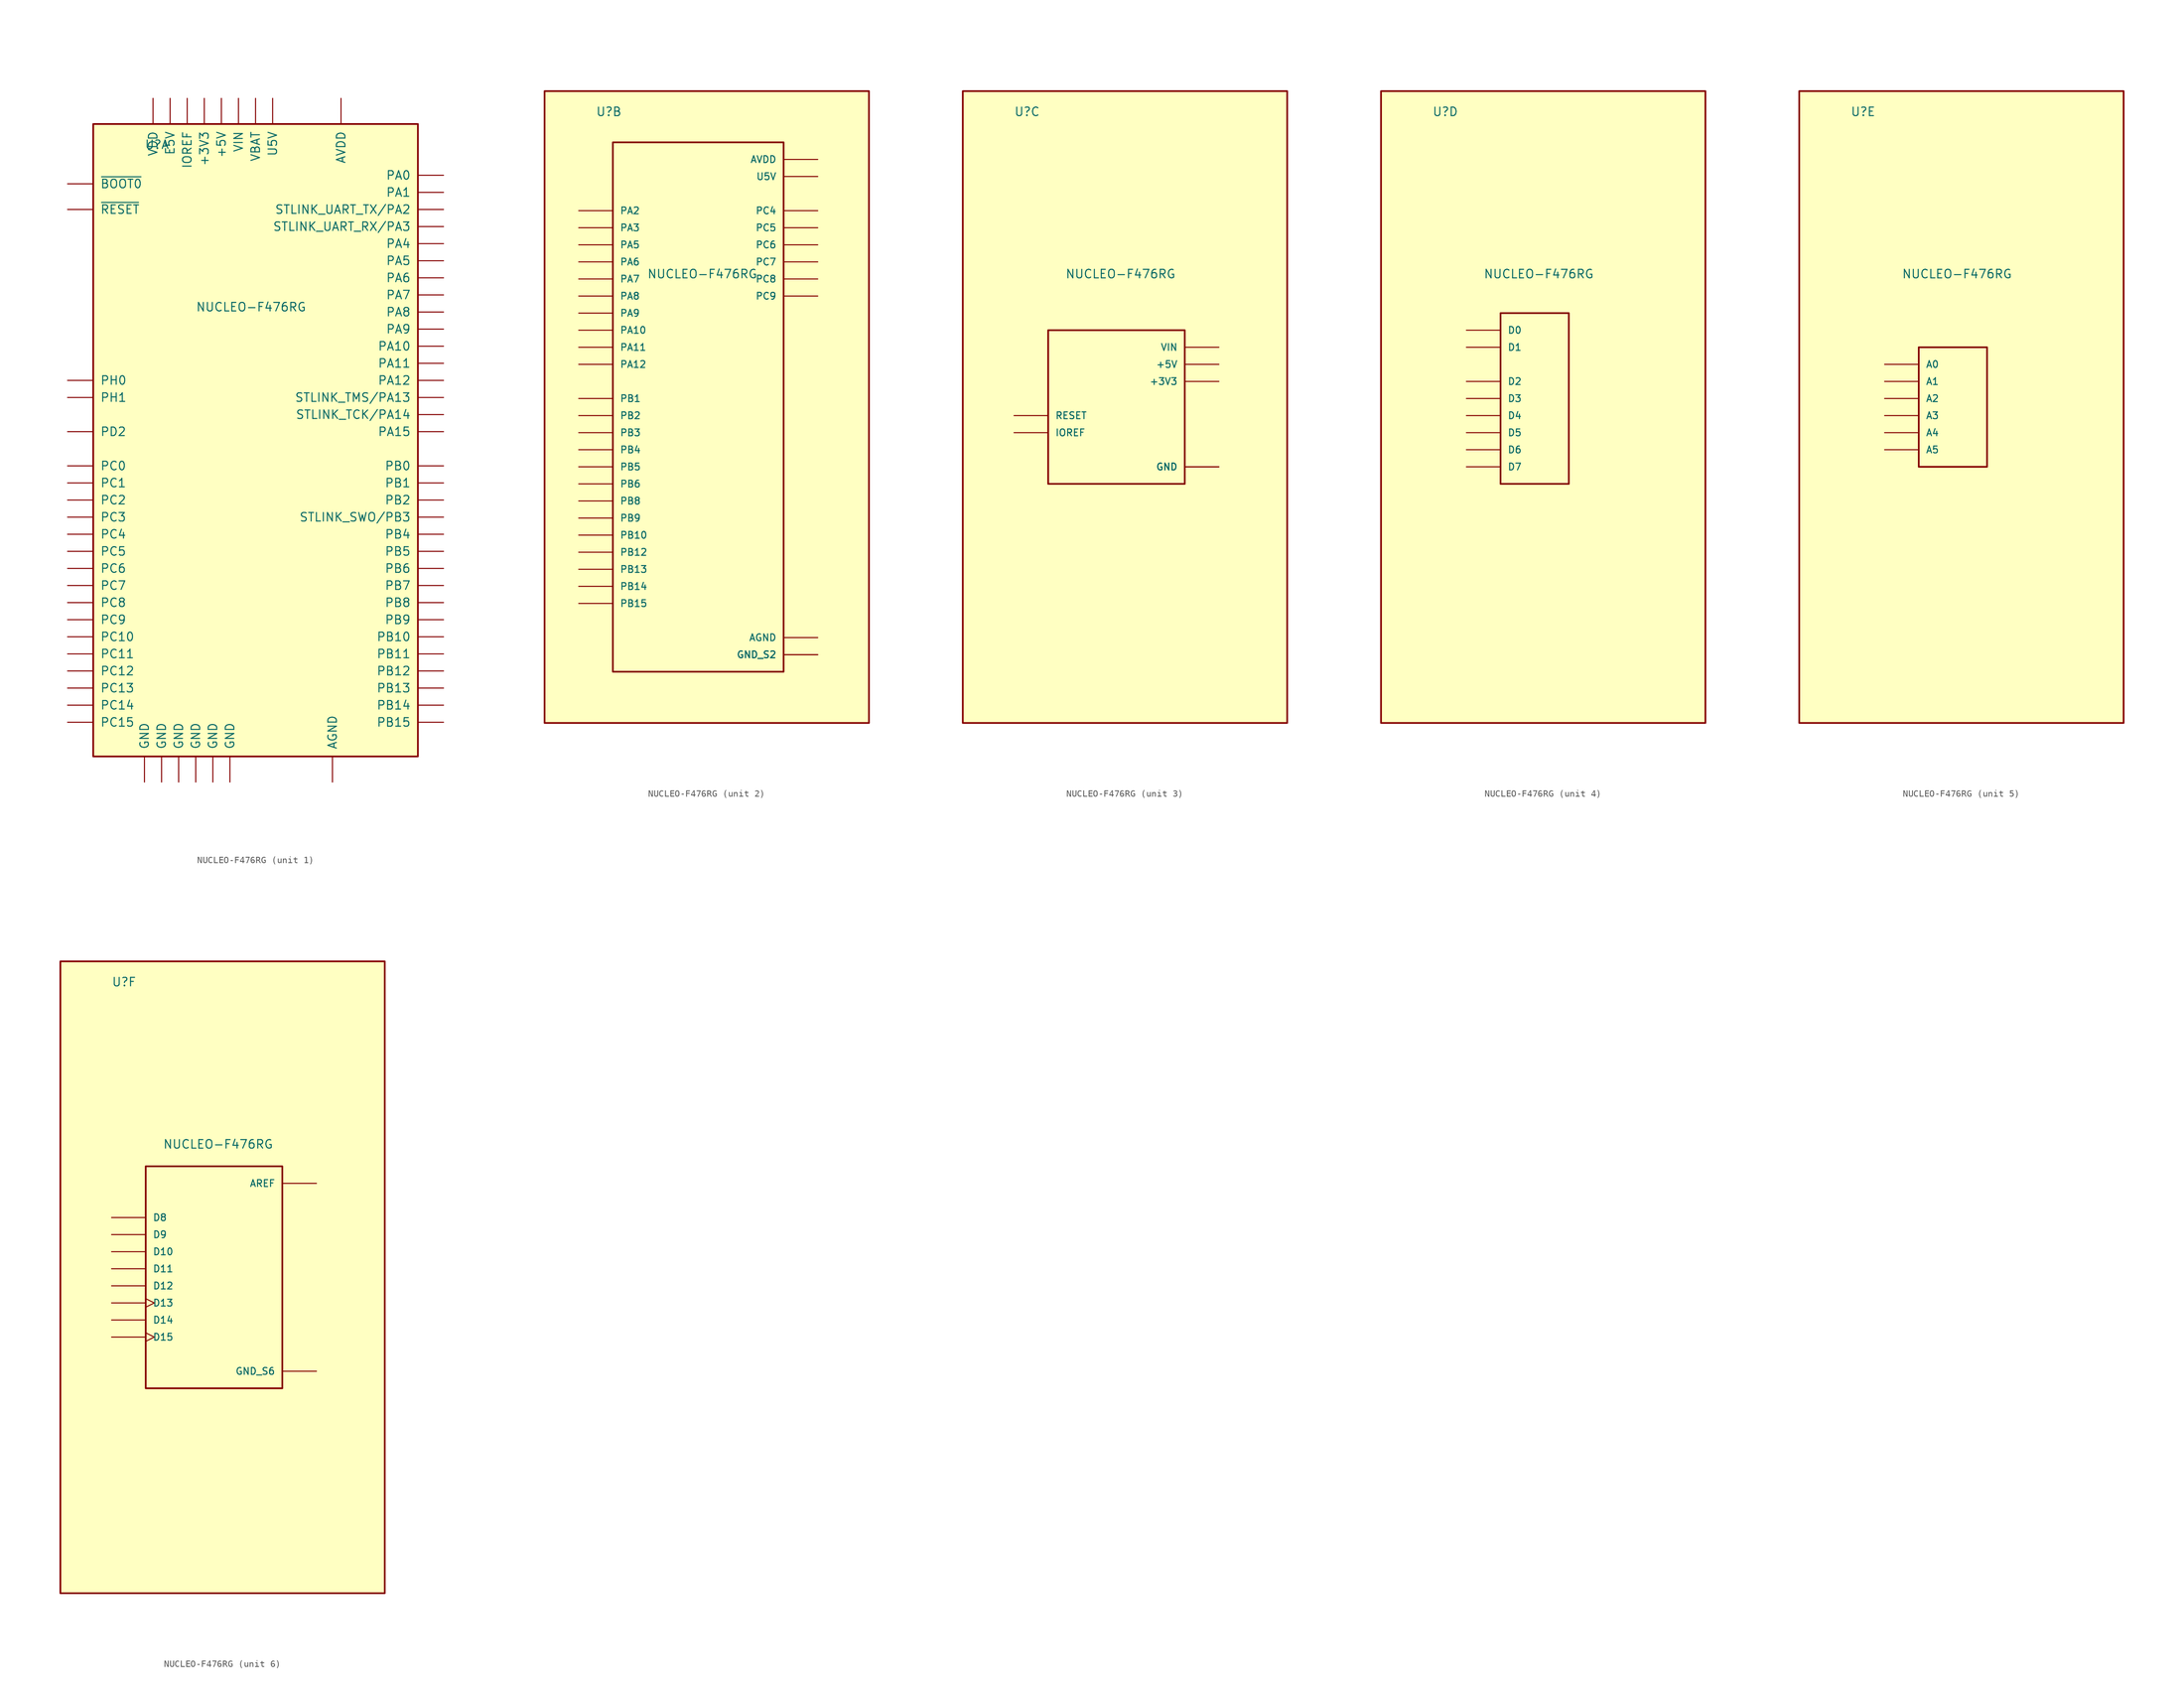
<source format=kicad_sym>
(kicad_symbol_lib
  (version 20211014)
  (generator kicad_symbol_editor)
  (symbol "NUCLEO-F476RG"
    (pin_numbers hide)
    (pin_names
      (offset 1.016))
    (property "Reference" "U"
      (at -15.24 41.91 0)
      (effects (font (size 1.27 1.27)) (justify left bottom)))
    (property "Value" "NUCLEO-F476RG"
      (at -7.62 17.78 0)
      (effects (font (size 1.27 1.27)) (justify left bottom)))
    (property "ki_locked" ""
      (at 0 0 0)
      (effects (font (size 1.27 1.27))))
    (symbol "NUCLEO-F476RG_0_1"
      (rectangle (start -22.86 -48.26) (end 25.4 45.72) (stroke (width 0.254) (type default) (color 0 0 0 0)) (fill (type background))))
    (symbol "NUCLEO-F476RG_1_1"
      (pin bidirectional line (at -26.67 -30.48 0) (length 3.81) (name "PC10" (effects (font (size 1.27 1.27)))) (number "1" (effects (font (size 1.27 1.27)))))
      (pin no_connect line (at -26.67 17.78 0) (length 3.81) hide (name "NC" (effects (font (size 1.27 1.27)))) (number "10" (effects (font (size 1.27 1.27)))))
      (pin no_connect line (at -26.67 12.7 0) (length 3.81) hide (name "NC" (effects (font (size 1.27 1.27)))) (number "11" (effects (font (size 1.27 1.27)))))
      (pin power_in line (at -8.89 49.53 270) (length 3.81) (name "IOREF" (effects (font (size 1.27 1.27)))) (number "12" (effects (font (size 1.27 1.27)))))
      (pin bidirectional line (at 29.21 5.08 180) (length 3.81) (name "STLINK_TMS/PA13" (effects (font (size 1.27 1.27)))) (number "13" (effects (font (size 1.27 1.27)))))
      (pin input line (at -26.67 33.02 0) (length 3.81) (name "~{RESET}" (effects (font (size 1.27 1.27)))) (number "14" (effects (font (size 1.27 1.27)))))
      (pin bidirectional line (at 29.21 2.54 180) (length 3.81) (name "STLINK_TCK/PA14" (effects (font (size 1.27 1.27)))) (number "15" (effects (font (size 1.27 1.27)))))
      (pin power_in line (at -6.35 49.53 270) (length 3.81) (name "+3V3" (effects (font (size 1.27 1.27)))) (number "16" (effects (font (size 1.27 1.27)))))
      (pin bidirectional line (at 29.21 0 180) (length 3.81) (name "PA15" (effects (font (size 1.27 1.27)))) (number "17" (effects (font (size 1.27 1.27)))))
      (pin power_in line (at -3.81 49.53 270) (length 3.81) (name "+5V" (effects (font (size 1.27 1.27)))) (number "18" (effects (font (size 1.27 1.27)))))
      (pin power_in line (at -12.7 -52.07 90) (length 3.81) (name "GND" (effects (font (size 1.27 1.27)))) (number "19" (effects (font (size 1.27 1.27)))))
      (pin bidirectional line (at -26.67 -33.02 0) (length 3.81) (name "PC11" (effects (font (size 1.27 1.27)))) (number "2" (effects (font (size 1.27 1.27)))))
      (pin power_in line (at -10.16 -52.07 90) (length 3.81) (name "GND" (effects (font (size 1.27 1.27)))) (number "20" (effects (font (size 1.27 1.27)))))
      (pin bidirectional line (at 29.21 -22.86 180) (length 3.81) (name "PB7" (effects (font (size 1.27 1.27)))) (number "21" (effects (font (size 1.27 1.27)))))
      (pin power_in line (at -7.62 -52.07 90) (length 3.81) (name "GND" (effects (font (size 1.27 1.27)))) (number "22" (effects (font (size 1.27 1.27)))))
      (pin bidirectional line (at -26.67 -38.1 0) (length 3.81) (name "PC13" (effects (font (size 1.27 1.27)))) (number "23" (effects (font (size 1.27 1.27)))))
      (pin power_in line (at -1.27 49.53 270) (length 3.81) (name "VIN" (effects (font (size 1.27 1.27)))) (number "24" (effects (font (size 1.27 1.27)))))
      (pin bidirectional line (at -26.67 -40.64 0) (length 3.81) (name "PC14" (effects (font (size 1.27 1.27)))) (number "25" (effects (font (size 1.27 1.27)))))
      (pin no_connect line (at -26.67 20.32 0) (length 3.81) hide (name "NC" (effects (font (size 1.27 1.27)))) (number "26" (effects (font (size 1.27 1.27)))))
      (pin bidirectional line (at -26.67 -43.18 0) (length 3.81) (name "PC15" (effects (font (size 1.27 1.27)))) (number "27" (effects (font (size 1.27 1.27)))))
      (pin bidirectional line (at 29.21 38.1 180) (length 3.81) (name "PA0" (effects (font (size 1.27 1.27)))) (number "28" (effects (font (size 1.27 1.27)))))
      (pin bidirectional line (at -26.67 7.62 0) (length 3.81) (name "PH0" (effects (font (size 1.27 1.27)))) (number "29" (effects (font (size 1.27 1.27)))))
      (pin bidirectional line (at -26.67 -35.56 0) (length 3.81) (name "PC12" (effects (font (size 1.27 1.27)))) (number "3" (effects (font (size 1.27 1.27)))))
      (pin bidirectional line (at 29.21 35.56 180) (length 3.81) (name "PA1" (effects (font (size 1.27 1.27)))) (number "30" (effects (font (size 1.27 1.27)))))
      (pin bidirectional line (at -26.67 5.08 0) (length 3.81) (name "PH1" (effects (font (size 1.27 1.27)))) (number "31" (effects (font (size 1.27 1.27)))))
      (pin bidirectional line (at 29.21 27.94 180) (length 3.81) (name "PA4" (effects (font (size 1.27 1.27)))) (number "32" (effects (font (size 1.27 1.27)))))
      (pin power_in line (at 1.27 49.53 270) (length 3.81) (name "VBAT" (effects (font (size 1.27 1.27)))) (number "33" (effects (font (size 1.27 1.27)))))
      (pin bidirectional line (at 29.21 -5.08 180) (length 3.81) (name "PB0" (effects (font (size 1.27 1.27)))) (number "34" (effects (font (size 1.27 1.27)))))
      (pin bidirectional line (at -26.67 -10.16 0) (length 3.81) (name "PC2" (effects (font (size 1.27 1.27)))) (number "35" (effects (font (size 1.27 1.27)))))
      (pin bidirectional line (at -26.67 -7.62 0) (length 3.81) (name "PC1" (effects (font (size 1.27 1.27)))) (number "36" (effects (font (size 1.27 1.27)))))
      (pin bidirectional line (at -26.67 -12.7 0) (length 3.81) (name "PC3" (effects (font (size 1.27 1.27)))) (number "37" (effects (font (size 1.27 1.27)))))
      (pin bidirectional line (at -26.67 -5.08 0) (length 3.81) (name "PC0" (effects (font (size 1.27 1.27)))) (number "38" (effects (font (size 1.27 1.27)))))
      (pin bidirectional line (at -26.67 -27.94 0) (length 3.81) (name "PC9" (effects (font (size 1.27 1.27)))) (number "39" (effects (font (size 1.27 1.27)))))
      (pin bidirectional line (at -26.67 0 0) (length 3.81) (name "PD2" (effects (font (size 1.27 1.27)))) (number "4" (effects (font (size 1.27 1.27)))))
      (pin bidirectional line (at -26.67 -25.4 0) (length 3.81) (name "PC8" (effects (font (size 1.27 1.27)))) (number "40" (effects (font (size 1.27 1.27)))))
      (pin bidirectional line (at 29.21 -25.4 180) (length 3.81) (name "PB8" (effects (font (size 1.27 1.27)))) (number "41" (effects (font (size 1.27 1.27)))))
      (pin bidirectional line (at -26.67 -20.32 0) (length 3.81) (name "PC6" (effects (font (size 1.27 1.27)))) (number "42" (effects (font (size 1.27 1.27)))))
      (pin bidirectional line (at 29.21 -27.94 180) (length 3.81) (name "PB9" (effects (font (size 1.27 1.27)))) (number "43" (effects (font (size 1.27 1.27)))))
      (pin bidirectional line (at -26.67 -17.78 0) (length 3.81) (name "PC5" (effects (font (size 1.27 1.27)))) (number "44" (effects (font (size 1.27 1.27)))))
      (pin power_in line (at 13.97 49.53 270) (length 3.81) (name "AVDD" (effects (font (size 1.27 1.27)))) (number "45" (effects (font (size 1.27 1.27)))))
      (pin power_in line (at 3.81 49.53 270) (length 3.81) (name "U5V" (effects (font (size 1.27 1.27)))) (number "46" (effects (font (size 1.27 1.27)))))
      (pin power_in line (at -5.08 -52.07 90) (length 3.81) (name "GND" (effects (font (size 1.27 1.27)))) (number "47" (effects (font (size 1.27 1.27)))))
      (pin no_connect line (at -26.67 22.86 0) (length 3.81) hide (name "NC" (effects (font (size 1.27 1.27)))) (number "48" (effects (font (size 1.27 1.27)))))
      (pin bidirectional line (at 29.21 25.4 180) (length 3.81) (name "PA5" (effects (font (size 1.27 1.27)))) (number "49" (effects (font (size 1.27 1.27)))))
      (pin power_in line (at -13.97 49.53 270) (length 3.81) (name "VDD" (effects (font (size 1.27 1.27)))) (number "5" (effects (font (size 1.27 1.27)))))
      (pin bidirectional line (at 29.21 7.62 180) (length 3.81) (name "PA12" (effects (font (size 1.27 1.27)))) (number "50" (effects (font (size 1.27 1.27)))))
      (pin bidirectional line (at 29.21 22.86 180) (length 3.81) (name "PA6" (effects (font (size 1.27 1.27)))) (number "51" (effects (font (size 1.27 1.27)))))
      (pin bidirectional line (at 29.21 10.16 180) (length 3.81) (name "PA11" (effects (font (size 1.27 1.27)))) (number "52" (effects (font (size 1.27 1.27)))))
      (pin bidirectional line (at 29.21 20.32 180) (length 3.81) (name "PA7" (effects (font (size 1.27 1.27)))) (number "53" (effects (font (size 1.27 1.27)))))
      (pin bidirectional line (at 29.21 -35.56 180) (length 3.81) (name "PB12" (effects (font (size 1.27 1.27)))) (number "54" (effects (font (size 1.27 1.27)))))
      (pin bidirectional line (at 29.21 -20.32 180) (length 3.81) (name "PB6" (effects (font (size 1.27 1.27)))) (number "55" (effects (font (size 1.27 1.27)))))
      (pin bidirectional line (at 29.21 -33.02 180) (length 3.81) (name "PB11" (effects (font (size 1.27 1.27)))) (number "56" (effects (font (size 1.27 1.27)))))
      (pin bidirectional line (at -26.67 -22.86 0) (length 3.81) (name "PC7" (effects (font (size 1.27 1.27)))) (number "57" (effects (font (size 1.27 1.27)))))
      (pin power_in line (at -2.54 -52.07 90) (length 3.81) (name "GND" (effects (font (size 1.27 1.27)))) (number "58" (effects (font (size 1.27 1.27)))))
      (pin bidirectional line (at 29.21 15.24 180) (length 3.81) (name "PA9" (effects (font (size 1.27 1.27)))) (number "59" (effects (font (size 1.27 1.27)))))
      (pin power_in line (at -11.43 49.53 270) (length 3.81) (name "E5V" (effects (font (size 1.27 1.27)))) (number "6" (effects (font (size 1.27 1.27)))))
      (pin bidirectional line (at 29.21 -10.16 180) (length 3.81) (name "PB2" (effects (font (size 1.27 1.27)))) (number "60" (effects (font (size 1.27 1.27)))))
      (pin bidirectional line (at 29.21 17.78 180) (length 3.81) (name "PA8" (effects (font (size 1.27 1.27)))) (number "61" (effects (font (size 1.27 1.27)))))
      (pin bidirectional line (at 29.21 -7.62 180) (length 3.81) (name "PB1" (effects (font (size 1.27 1.27)))) (number "62" (effects (font (size 1.27 1.27)))))
      (pin bidirectional line (at 29.21 -30.48 180) (length 3.81) (name "PB10" (effects (font (size 1.27 1.27)))) (number "63" (effects (font (size 1.27 1.27)))))
      (pin bidirectional line (at 29.21 -43.18 180) (length 3.81) (name "PB15" (effects (font (size 1.27 1.27)))) (number "64" (effects (font (size 1.27 1.27)))))
      (pin bidirectional line (at 29.21 -15.24 180) (length 3.81) (name "PB4" (effects (font (size 1.27 1.27)))) (number "65" (effects (font (size 1.27 1.27)))))
      (pin bidirectional line (at 29.21 -40.64 180) (length 3.81) (name "PB14" (effects (font (size 1.27 1.27)))) (number "66" (effects (font (size 1.27 1.27)))))
      (pin bidirectional line (at 29.21 -17.78 180) (length 3.81) (name "PB5" (effects (font (size 1.27 1.27)))) (number "67" (effects (font (size 1.27 1.27)))))
      (pin bidirectional line (at 29.21 -38.1 180) (length 3.81) (name "PB13" (effects (font (size 1.27 1.27)))) (number "68" (effects (font (size 1.27 1.27)))))
      (pin bidirectional line (at 29.21 -12.7 180) (length 3.81) (name "STLINK_SWO/PB3" (effects (font (size 1.27 1.27)))) (number "69" (effects (font (size 1.27 1.27)))))
      (pin input line (at -26.67 36.83 0) (length 3.81) (name "~{BOOT0}" (effects (font (size 1.27 1.27)))) (number "7" (effects (font (size 1.27 1.27)))))
      (pin power_in line (at 12.7 -52.07 90) (length 3.81) (name "AGND" (effects (font (size 1.27 1.27)))) (number "70" (effects (font (size 1.27 1.27)))))
      (pin bidirectional line (at 29.21 12.7 180) (length 3.81) (name "PA10" (effects (font (size 1.27 1.27)))) (number "71" (effects (font (size 1.27 1.27)))))
      (pin bidirectional line (at -26.67 -15.24 0) (length 3.81) (name "PC4" (effects (font (size 1.27 1.27)))) (number "72" (effects (font (size 1.27 1.27)))))
      (pin bidirectional line (at 29.21 33.02 180) (length 3.81) (name "STLINK_UART_TX/PA2" (effects (font (size 1.27 1.27)))) (number "73" (effects (font (size 1.27 1.27)))))
      (pin no_connect line (at -26.67 27.94 0) (length 3.81) hide (name "NC" (effects (font (size 1.27 1.27)))) (number "74" (effects (font (size 1.27 1.27)))))
      (pin bidirectional line (at 29.21 30.48 180) (length 3.81) (name "STLINK_UART_RX/PA3" (effects (font (size 1.27 1.27)))) (number "75" (effects (font (size 1.27 1.27)))))
      (pin no_connect line (at -26.67 25.4 0) (length 3.81) hide (name "NC" (effects (font (size 1.27 1.27)))) (number "76" (effects (font (size 1.27 1.27)))))
      (pin power_in line (at -15.24 -52.07 90) (length 3.81) (name "GND" (effects (font (size 1.27 1.27)))) (number "8" (effects (font (size 1.27 1.27)))))
      (pin no_connect line (at -26.67 15.24 0) (length 3.81) hide (name "NC" (effects (font (size 1.27 1.27)))) (number "9" (effects (font (size 1.27 1.27))))))
    (symbol "NUCLEO-F476RG_2_0"
      (rectangle (start -12.7 -40.64) (end 12.7 38.1) (stroke (width 0.254) (type default) (color 0 0 0 0)) (fill (type background)))
      (pin bidirectional line (at 17.78 15.24 180) (length 5.08) (name "PC9" (effects (font (size 1.016 1.016)))) (number "CN10_1" (effects (font (size 1.016 1.016)))))
      (pin bidirectional line (at -17.78 22.86 0) (length 5.08) (name "PA5" (effects (font (size 1.016 1.016)))) (number "CN10_11" (effects (font (size 1.016 1.016)))))
      (pin bidirectional line (at -17.78 5.08 0) (length 5.08) (name "PA12" (effects (font (size 1.016 1.016)))) (number "CN10_12" (effects (font (size 1.016 1.016)))))
      (pin bidirectional line (at -17.78 20.32 0) (length 5.08) (name "PA6" (effects (font (size 1.016 1.016)))) (number "CN10_13" (effects (font (size 1.016 1.016)))))
      (pin bidirectional line (at -17.78 7.62 0) (length 5.08) (name "PA11" (effects (font (size 1.016 1.016)))) (number "CN10_14" (effects (font (size 1.016 1.016)))))
      (pin bidirectional line (at -17.78 17.78 0) (length 5.08) (name "PA7" (effects (font (size 1.016 1.016)))) (number "CN10_15" (effects (font (size 1.016 1.016)))))
      (pin bidirectional line (at -17.78 -22.86 0) (length 5.08) (name "PB12" (effects (font (size 1.016 1.016)))) (number "CN10_16" (effects (font (size 1.016 1.016)))))
      (pin bidirectional line (at -17.78 -12.7 0) (length 5.08) (name "PB6" (effects (font (size 1.016 1.016)))) (number "CN10_17" (effects (font (size 1.016 1.016)))))
      (pin bidirectional line (at 17.78 20.32 180) (length 5.08) (name "PC7" (effects (font (size 1.016 1.016)))) (number "CN10_19" (effects (font (size 1.016 1.016)))))
      (pin bidirectional line (at 17.78 17.78 180) (length 5.08) (name "PC8" (effects (font (size 1.016 1.016)))) (number "CN10_2" (effects (font (size 1.016 1.016)))))
      (pin power_in line (at 17.78 -38.1 180) (length 5.08) (name "GND_S2" (effects (font (size 1.016 1.016)))) (number "CN10_20" (effects (font (size 1.016 1.016)))))
      (pin bidirectional line (at -17.78 12.7 0) (length 5.08) (name "PA9" (effects (font (size 1.016 1.016)))) (number "CN10_21" (effects (font (size 1.016 1.016)))))
      (pin bidirectional line (at -17.78 -2.54 0) (length 5.08) (name "PB2" (effects (font (size 1.016 1.016)))) (number "CN10_22" (effects (font (size 1.016 1.016)))))
      (pin bidirectional line (at -17.78 15.24 0) (length 5.08) (name "PA8" (effects (font (size 1.016 1.016)))) (number "CN10_23" (effects (font (size 1.016 1.016)))))
      (pin bidirectional line (at -17.78 0 0) (length 5.08) (name "PB1" (effects (font (size 1.016 1.016)))) (number "CN10_24" (effects (font (size 1.016 1.016)))))
      (pin bidirectional line (at -17.78 -20.32 0) (length 5.08) (name "PB10" (effects (font (size 1.016 1.016)))) (number "CN10_25" (effects (font (size 1.016 1.016)))))
      (pin bidirectional line (at -17.78 -30.48 0) (length 5.08) (name "PB15" (effects (font (size 1.016 1.016)))) (number "CN10_26" (effects (font (size 1.016 1.016)))))
      (pin bidirectional line (at -17.78 -7.62 0) (length 5.08) (name "PB4" (effects (font (size 1.016 1.016)))) (number "CN10_27" (effects (font (size 1.016 1.016)))))
      (pin bidirectional line (at -17.78 -27.94 0) (length 5.08) (name "PB14" (effects (font (size 1.016 1.016)))) (number "CN10_28" (effects (font (size 1.016 1.016)))))
      (pin bidirectional line (at -17.78 -10.16 0) (length 5.08) (name "PB5" (effects (font (size 1.016 1.016)))) (number "CN10_29" (effects (font (size 1.016 1.016)))))
      (pin bidirectional line (at -17.78 -15.24 0) (length 5.08) (name "PB8" (effects (font (size 1.016 1.016)))) (number "CN10_3" (effects (font (size 1.016 1.016)))))
      (pin bidirectional line (at -17.78 -25.4 0) (length 5.08) (name "PB13" (effects (font (size 1.016 1.016)))) (number "CN10_30" (effects (font (size 1.016 1.016)))))
      (pin bidirectional line (at -17.78 -5.08 0) (length 5.08) (name "PB3" (effects (font (size 1.016 1.016)))) (number "CN10_31" (effects (font (size 1.016 1.016)))))
      (pin power_in line (at 17.78 -35.56 180) (length 5.08) (name "AGND" (effects (font (size 1.016 1.016)))) (number "CN10_32" (effects (font (size 1.016 1.016)))))
      (pin bidirectional line (at -17.78 10.16 0) (length 5.08) (name "PA10" (effects (font (size 1.016 1.016)))) (number "CN10_33" (effects (font (size 1.016 1.016)))))
      (pin bidirectional line (at 17.78 27.94 180) (length 5.08) (name "PC4" (effects (font (size 1.016 1.016)))) (number "CN10_34" (effects (font (size 1.016 1.016)))))
      (pin bidirectional line (at -17.78 27.94 0) (length 5.08) (name "PA2" (effects (font (size 1.016 1.016)))) (number "CN10_35" (effects (font (size 1.016 1.016)))))
      (pin bidirectional line (at -17.78 25.4 0) (length 5.08) (name "PA3" (effects (font (size 1.016 1.016)))) (number "CN10_37" (effects (font (size 1.016 1.016)))))
      (pin bidirectional line (at 17.78 22.86 180) (length 5.08) (name "PC6" (effects (font (size 1.016 1.016)))) (number "CN10_4" (effects (font (size 1.016 1.016)))))
      (pin bidirectional line (at -17.78 -17.78 0) (length 5.08) (name "PB9" (effects (font (size 1.016 1.016)))) (number "CN10_5" (effects (font (size 1.016 1.016)))))
      (pin bidirectional line (at 17.78 25.4 180) (length 5.08) (name "PC5" (effects (font (size 1.016 1.016)))) (number "CN10_6" (effects (font (size 1.016 1.016)))))
      (pin power_in line (at 17.78 35.56 180) (length 5.08) (name "AVDD" (effects (font (size 1.016 1.016)))) (number "CN10_7" (effects (font (size 1.016 1.016)))))
      (pin power_in line (at 17.78 33.02 180) (length 5.08) (name "U5V" (effects (font (size 1.016 1.016)))) (number "CN10_8" (effects (font (size 1.016 1.016)))))
      (pin power_in line (at 17.78 -38.1 180) (length 5.08) (name "GND_S2" (effects (font (size 1.016 1.016)))) (number "CN10_9" (effects (font (size 1.016 1.016))))))
    (symbol "NUCLEO-F476RG_3_0"
      (rectangle (start -10.16 -12.7) (end 10.16 10.16) (stroke (width 0.254) (type default) (color 0 0 0 0)) (fill (type background)))
      (pin bidirectional line (at -15.24 -5.08 0) (length 5.08) (name "IOREF" (effects (font (size 1.016 1.016)))) (number "CN6_2" (effects (font (size 1.016 1.016)))))
      (pin bidirectional line (at -15.24 -2.54 0) (length 5.08) (name "RESET" (effects (font (size 1.016 1.016)))) (number "CN6_3" (effects (font (size 1.016 1.016)))))
      (pin power_in line (at 15.24 2.54 180) (length 5.08) (name "+3V3" (effects (font (size 1.016 1.016)))) (number "CN6_4" (effects (font (size 1.016 1.016)))))
      (pin power_in line (at 15.24 5.08 180) (length 5.08) (name "+5V" (effects (font (size 1.016 1.016)))) (number "CN6_5" (effects (font (size 1.016 1.016)))))
      (pin power_in line (at 15.24 -10.16 180) (length 5.08) (name "GND" (effects (font (size 1.016 1.016)))) (number "CN6_6" (effects (font (size 1.016 1.016)))))
      (pin power_in line (at 15.24 -10.16 180) (length 5.08) (name "GND" (effects (font (size 1.016 1.016)))) (number "CN6_7" (effects (font (size 1.016 1.016)))))
      (pin power_in line (at 15.24 7.62 180) (length 5.08) (name "VIN" (effects (font (size 1.016 1.016)))) (number "CN6_8" (effects (font (size 1.016 1.016))))))
    (symbol "NUCLEO-F476RG_4_0"
      (rectangle (start -5.08 -12.7) (end 5.08 12.7) (stroke (width 0.254) (type default) (color 0 0 0 0)) (fill (type background)))
      (pin input line (at -10.16 10.16 0) (length 5.08) (name "D0" (effects (font (size 1.016 1.016)))) (number "CN9_1" (effects (font (size 1.016 1.016)))))
      (pin output line (at -10.16 7.62 0) (length 5.08) (name "D1" (effects (font (size 1.016 1.016)))) (number "CN9_2" (effects (font (size 1.016 1.016)))))
      (pin bidirectional line (at -10.16 2.54 0) (length 5.08) (name "D2" (effects (font (size 1.016 1.016)))) (number "CN9_3" (effects (font (size 1.016 1.016)))))
      (pin bidirectional line (at -10.16 0 0) (length 5.08) (name "D3" (effects (font (size 1.016 1.016)))) (number "CN9_4" (effects (font (size 1.016 1.016)))))
      (pin bidirectional line (at -10.16 -2.54 0) (length 5.08) (name "D4" (effects (font (size 1.016 1.016)))) (number "CN9_5" (effects (font (size 1.016 1.016)))))
      (pin bidirectional line (at -10.16 -5.08 0) (length 5.08) (name "D5" (effects (font (size 1.016 1.016)))) (number "CN9_6" (effects (font (size 1.016 1.016)))))
      (pin bidirectional line (at -10.16 -7.62 0) (length 5.08) (name "D6" (effects (font (size 1.016 1.016)))) (number "CN9_7" (effects (font (size 1.016 1.016)))))
      (pin bidirectional line (at -10.16 -10.16 0) (length 5.08) (name "D7" (effects (font (size 1.016 1.016)))) (number "CN9_8" (effects (font (size 1.016 1.016))))))
    (symbol "NUCLEO-F476RG_5_0"
      (rectangle (start -5.08 -10.16) (end 5.08 7.62) (stroke (width 0.254) (type default) (color 0 0 0 0)) (fill (type background)))
      (pin input line (at -10.16 5.08 0) (length 5.08) (name "A0" (effects (font (size 1.016 1.016)))) (number "CN8_1" (effects (font (size 1.016 1.016)))))
      (pin input line (at -10.16 2.54 0) (length 5.08) (name "A1" (effects (font (size 1.016 1.016)))) (number "CN8_2" (effects (font (size 1.016 1.016)))))
      (pin input line (at -10.16 0 0) (length 5.08) (name "A2" (effects (font (size 1.016 1.016)))) (number "CN8_3" (effects (font (size 1.016 1.016)))))
      (pin input line (at -10.16 -2.54 0) (length 5.08) (name "A3" (effects (font (size 1.016 1.016)))) (number "CN8_4" (effects (font (size 1.016 1.016)))))
      (pin input line (at -10.16 -5.08 0) (length 5.08) (name "A4" (effects (font (size 1.016 1.016)))) (number "CN8_5" (effects (font (size 1.016 1.016)))))
      (pin input line (at -10.16 -7.62 0) (length 5.08) (name "A5" (effects (font (size 1.016 1.016)))) (number "CN8_6" (effects (font (size 1.016 1.016))))))
    (symbol "NUCLEO-F476RG_6_0"
      (rectangle (start -10.16 -17.78) (end 10.16 15.24) (stroke (width 0.254) (type default) (color 0 0 0 0)) (fill (type background)))
      (pin bidirectional line (at -15.24 7.62 0) (length 5.08) (name "D8" (effects (font (size 1.016 1.016)))) (number "CN5_1" (effects (font (size 1.016 1.016)))))
      (pin bidirectional clock (at -15.24 -10.16 0) (length 5.08) (name "D15" (effects (font (size 1.016 1.016)))) (number "CN5_10" (effects (font (size 1.016 1.016)))))
      (pin bidirectional line (at -15.24 5.08 0) (length 5.08) (name "D9" (effects (font (size 1.016 1.016)))) (number "CN5_2" (effects (font (size 1.016 1.016)))))
      (pin bidirectional line (at -15.24 2.54 0) (length 5.08) (name "D10" (effects (font (size 1.016 1.016)))) (number "CN5_3" (effects (font (size 1.016 1.016)))))
      (pin bidirectional line (at -15.24 0 0) (length 5.08) (name "D11" (effects (font (size 1.016 1.016)))) (number "CN5_4" (effects (font (size 1.016 1.016)))))
      (pin bidirectional line (at -15.24 -2.54 0) (length 5.08) (name "D12" (effects (font (size 1.016 1.016)))) (number "CN5_5" (effects (font (size 1.016 1.016)))))
      (pin bidirectional clock (at -15.24 -5.08 0) (length 5.08) (name "D13" (effects (font (size 1.016 1.016)))) (number "CN5_6" (effects (font (size 1.016 1.016)))))
      (pin power_in line (at 15.24 -15.24 180) (length 5.08) (name "GND_S6" (effects (font (size 1.016 1.016)))) (number "CN5_7" (effects (font (size 1.016 1.016)))))
      (pin power_in line (at 15.24 12.7 180) (length 5.08) (name "AREF" (effects (font (size 1.016 1.016)))) (number "CN5_8" (effects (font (size 1.016 1.016)))))
      (pin bidirectional line (at -15.24 -7.62 0) (length 5.08) (name "D14" (effects (font (size 1.016 1.016)))) (number "CN5_9" (effects (font (size 1.016 1.016))))))))
</source>
